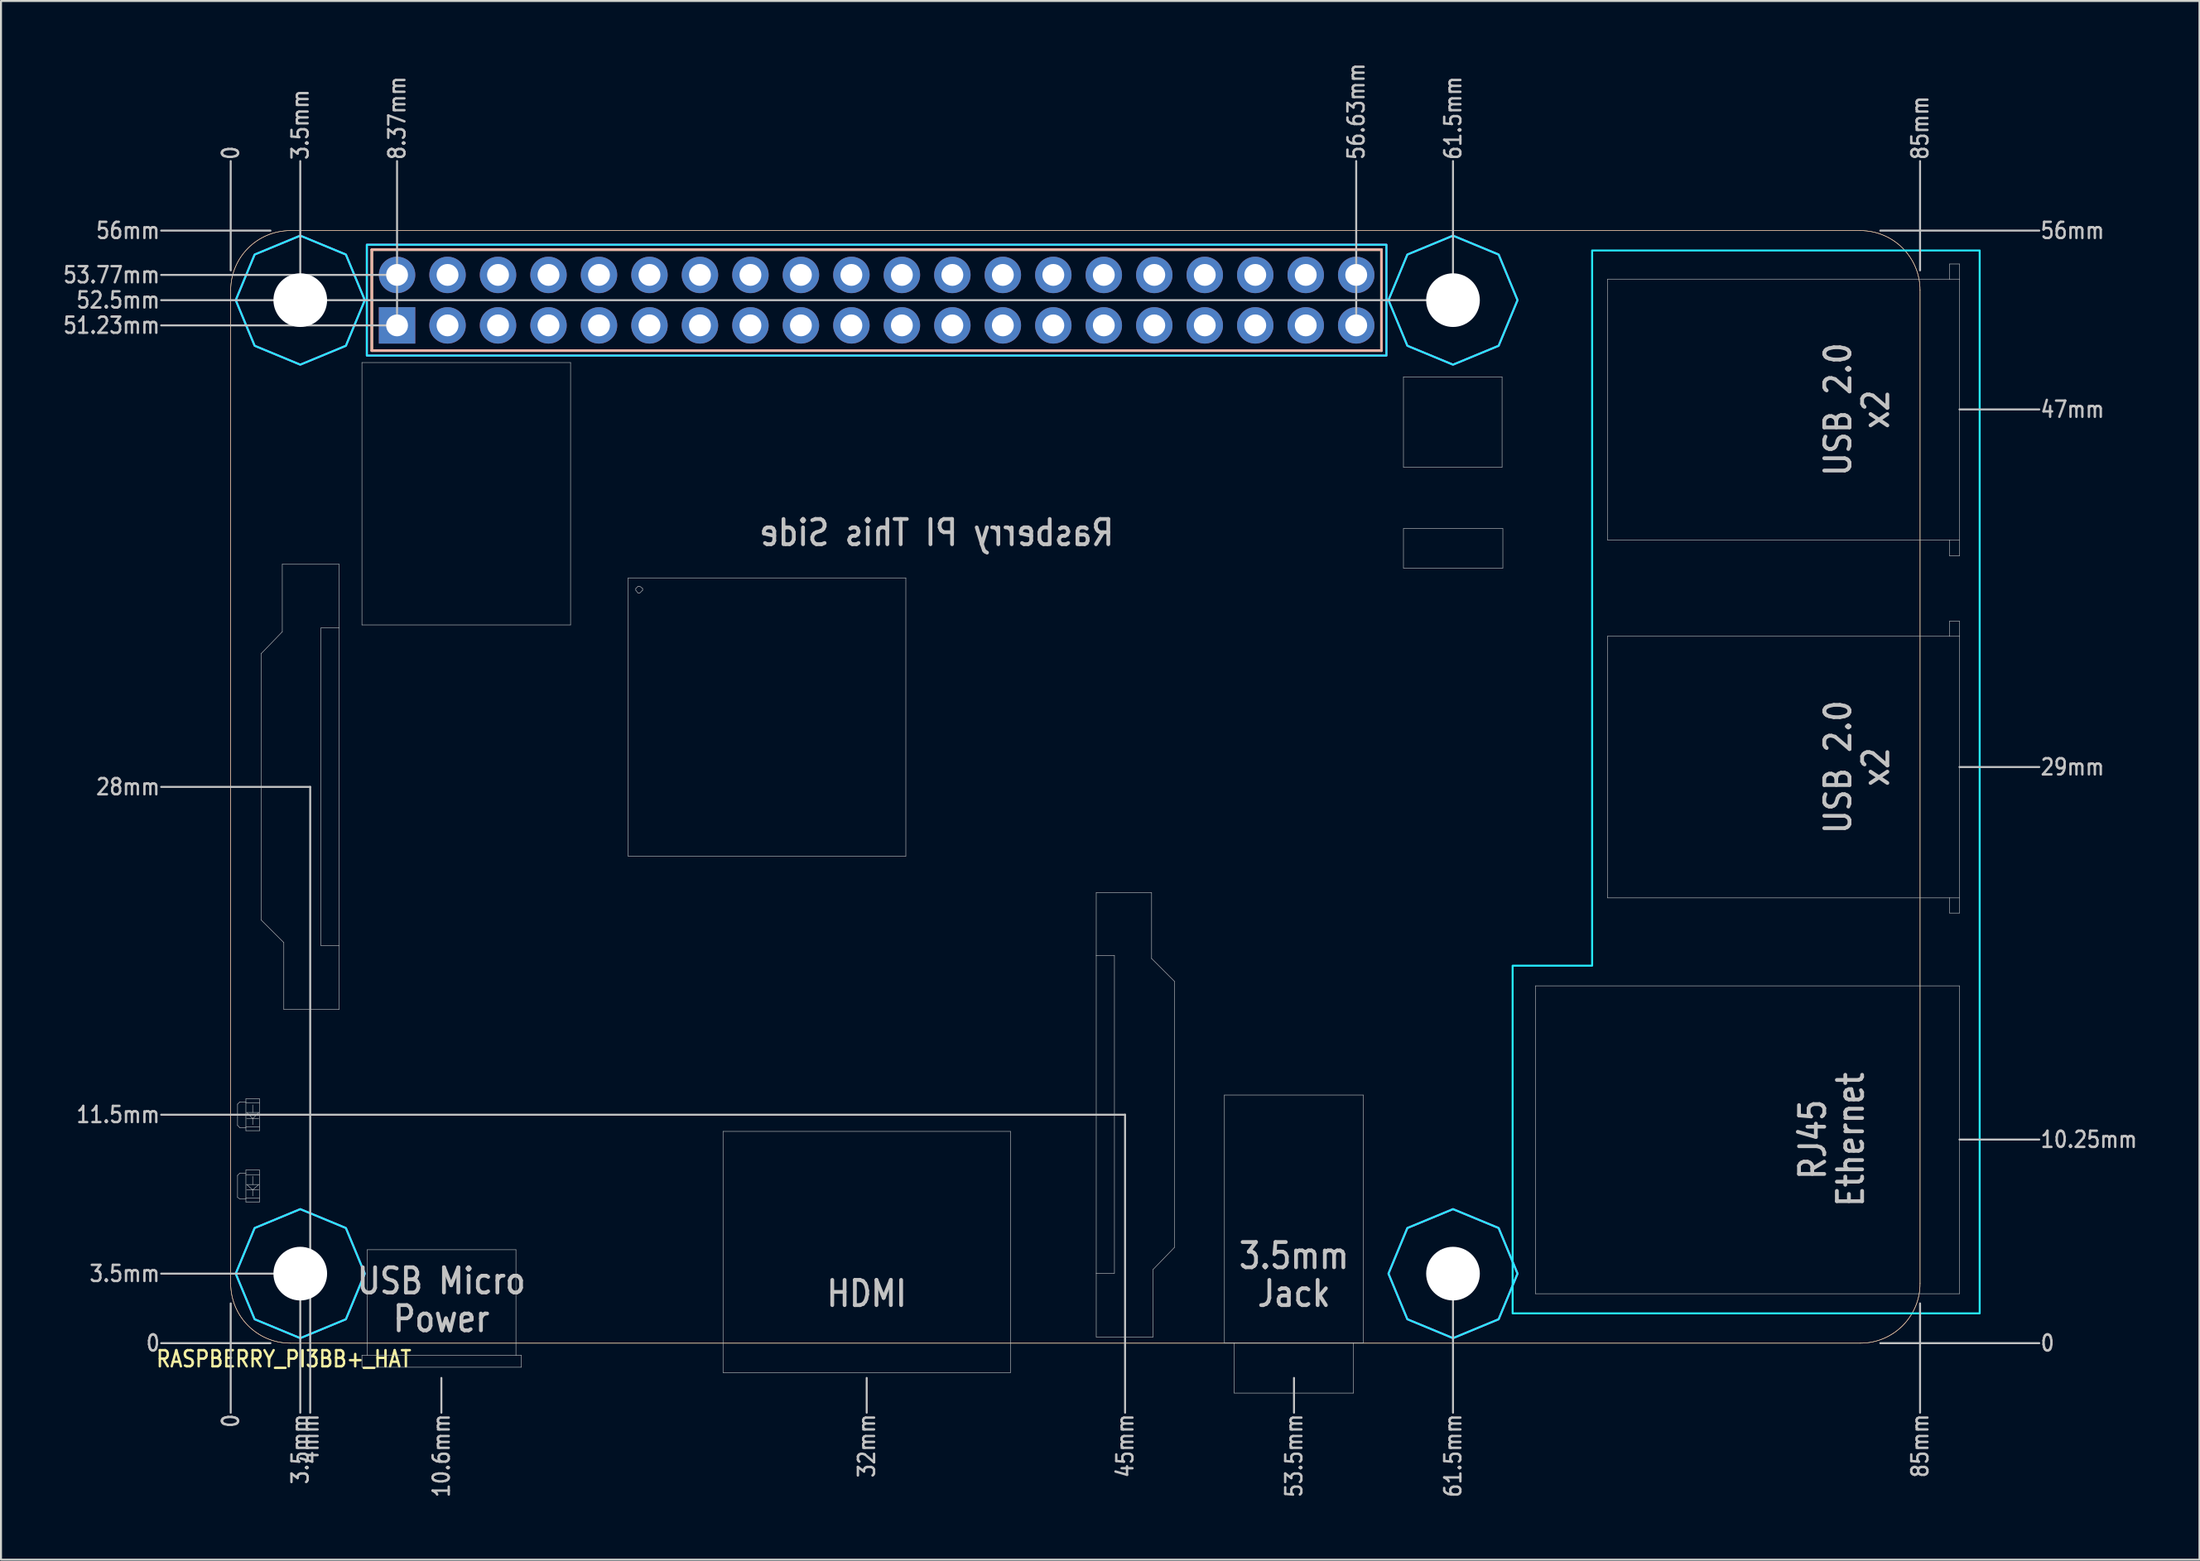
<source format=kicad_pcb>
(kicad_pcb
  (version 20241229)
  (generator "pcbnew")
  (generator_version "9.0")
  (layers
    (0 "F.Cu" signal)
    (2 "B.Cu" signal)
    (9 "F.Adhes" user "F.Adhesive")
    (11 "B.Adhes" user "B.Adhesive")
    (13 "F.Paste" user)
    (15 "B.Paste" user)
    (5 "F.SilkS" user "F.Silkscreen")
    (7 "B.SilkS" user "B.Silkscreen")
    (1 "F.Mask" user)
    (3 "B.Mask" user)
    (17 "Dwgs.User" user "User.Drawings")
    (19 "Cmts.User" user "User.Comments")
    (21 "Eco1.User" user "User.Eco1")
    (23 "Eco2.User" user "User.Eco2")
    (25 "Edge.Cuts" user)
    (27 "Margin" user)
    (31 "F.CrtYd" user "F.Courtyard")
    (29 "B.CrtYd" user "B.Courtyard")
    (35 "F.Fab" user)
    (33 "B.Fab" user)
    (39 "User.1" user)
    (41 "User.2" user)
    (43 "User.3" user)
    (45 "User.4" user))
  (footprint "RASPBERRY_PI3BB+_HAT"
    (layer "F.Cu")
    (at 8.558 64.558)
    (property "Reference" "RASPBERRY_PI3BB+_HAT" (at -3.81 1.27 0) (unlocked yes) (layer "F.SilkS") (effects (font (size 0.813 0.695) (thickness 0.122)) (justify left bottom)))
    (fp_circle (center 3.5 -52.5) (end 5.95 -52.5) (stroke (width 0) (type solid)) (fill yes) (layer "F.Mask"))
    (fp_circle (center 3.5 -52.5) (end 5.95 -52.5) (stroke (width 0) (type solid)) (fill yes) (layer "F.Mask"))
    (fp_circle (center 3.5 -3.5) (end 5.95 -3.5) (stroke (width 0) (type solid)) (fill yes) (layer "F.Mask"))
    (fp_circle (center 3.5 -3.5) (end 5.95 -3.5) (stroke (width 0) (type solid)) (fill yes) (layer "F.Mask"))
    (fp_circle (center 61.5 -52.5) (end 63.95 -52.5) (stroke (width 0) (type solid)) (fill yes) (layer "F.Mask"))
    (fp_circle (center 61.5 -52.5) (end 63.95 -52.5) (stroke (width 0) (type solid)) (fill yes) (layer "F.Mask"))
    (fp_circle (center 61.5 -3.5) (end 63.95 -3.5) (stroke (width 0) (type solid)) (fill yes) (layer "F.Mask"))
    (fp_circle (center 61.5 -3.5) (end 63.95 -3.5) (stroke (width 0) (type solid)) (fill yes) (layer "F.Mask"))
    (fp_circle (center 3.5 -52.5) (end 5.95 -52.5) (stroke (width 0) (type solid)) (fill yes) (layer "B.Mask"))
    (fp_circle (center 3.5 -3.5) (end 5.95 -3.5) (stroke (width 0) (type solid)) (fill yes) (layer "B.Mask"))
    (fp_circle (center 61.5 -52.5) (end 63.95 -52.5) (stroke (width 0) (type solid)) (fill yes) (layer "B.Mask"))
    (fp_circle (center 61.5 -3.5) (end 63.95 -3.5) (stroke (width 0) (type solid)) (fill yes) (layer "B.Mask"))
    (fp_line (start 0 -3) (end 0 -53) (stroke (width 0.025) (type solid)) (layer "F.SilkS"))
    (fp_line (start 3 -56) (end 82 -56) (stroke (width 0.025) (type solid)) (layer "F.SilkS"))
    (fp_line (start 7.1 -55.04) (end 7.1 -49.96) (stroke (width 0.127) (type solid)) (layer "F.SilkS"))
    (fp_line (start 7.1 -49.96) (end 57.9 -49.96) (stroke (width 0.127) (type solid)) (layer "F.SilkS"))
    (fp_line (start 57.9 -55.04) (end 7.1 -55.04) (stroke (width 0.127) (type solid)) (layer "F.SilkS"))
    (fp_line (start 57.9 -49.96) (end 57.9 -55.04) (stroke (width 0.127) (type solid)) (layer "F.SilkS"))
    (fp_line (start 82 0) (end 3 0) (stroke (width 0.025) (type solid)) (layer "F.SilkS"))
    (fp_line (start 85 -53) (end 85 -3) (stroke (width 0.025) (type solid)) (layer "F.SilkS"))
    (fp_arc (start 0 -53) (mid 0.87868 -55.12132) (end 3 -56) (stroke (width 0.025) (type solid)) (layer "F.SilkS"))
    (fp_arc (start 3 0) (mid 0.87868 -0.87868) (end 0 -3) (stroke (width 0.025) (type solid)) (layer "F.SilkS"))
    (fp_arc (start 82 -56) (mid 84.12132 -55.12132) (end 85 -53) (stroke (width 0.025) (type solid)) (layer "F.SilkS"))
    (fp_arc (start 85 -3) (mid 84.12132 -0.87868) (end 82 0) (stroke (width 0.025) (type solid)) (layer "F.SilkS"))
    (fp_line (start 0 -3) (end 0 -53) (stroke (width 0.025) (type solid)) (layer "B.SilkS"))
    (fp_line (start 3 -56) (end 82 -56) (stroke (width 0.025) (type solid)) (layer "B.SilkS"))
    (fp_line (start 7.1 -55.04) (end 7.1 -49.96) (stroke (width 0.127) (type solid)) (layer "B.SilkS"))
    (fp_line (start 7.1 -49.96) (end 57.9 -49.96) (stroke (width 0.127) (type solid)) (layer "B.SilkS"))
    (fp_line (start 57.9 -55.04) (end 7.1 -55.04) (stroke (width 0.127) (type solid)) (layer "B.SilkS"))
    (fp_line (start 57.9 -49.96) (end 57.9 -55.04) (stroke (width 0.127) (type solid)) (layer "B.SilkS"))
    (fp_line (start 82 0) (end 3 0) (stroke (width 0.025) (type solid)) (layer "B.SilkS"))
    (fp_line (start 85 -53) (end 85 -3) (stroke (width 0.025) (type solid)) (layer "B.SilkS"))
    (fp_arc (start 0 -53) (mid 0.87868 -55.12132) (end 3 -56) (stroke (width 0.025) (type solid)) (layer "B.SilkS"))
    (fp_arc (start 3 0) (mid 0.87868 -0.87868) (end 0 -3) (stroke (width 0.025) (type solid)) (layer "B.SilkS"))
    (fp_arc (start 82 -56) (mid 84.12132 -55.12132) (end 85 -53) (stroke (width 0.025) (type solid)) (layer "B.SilkS"))
    (fp_arc (start 85 -3) (mid 84.12132 -0.87868) (end 82 0) (stroke (width 0.025) (type solid)) (layer "B.SilkS"))
    (fp_line (start -3.5 -53.77) (end 8.75 -53.77) (stroke (width 0.1) (type solid)) (layer "Dwgs.User"))
    (fp_line (start -3.5 -51.23) (end 8.75 -51.23) (stroke (width 0.1) (type solid)) (layer "Dwgs.User"))
    (fp_line (start 0 -54) (end 0 -59.5) (stroke (width 0.1) (type solid)) (layer "Dwgs.User"))
    (fp_line (start 0 -2) (end 0 3.5) (stroke (width 0.1) (type solid)) (layer "Dwgs.User"))
    (fp_line (start 0.344 -12.03) (end 0.458 -12.146) (stroke (width 0.025) (type solid)) (layer "Dwgs.User"))
    (fp_line (start 0.344 -10.962) (end 0.344 -12.03) (stroke (width 0.025) (type solid)) (layer "Dwgs.User"))
    (fp_line (start 0.344 -8.444) (end 0.458 -8.558) (stroke (width 0.025) (type solid)) (layer "Dwgs.User"))
    (fp_line (start 0.344 -7.336) (end 0.344 -8.444) (stroke (width 0.025) (type solid)) (layer "Dwgs.User"))
    (fp_line (start 0.458 -12.146) (end 0.764 -12.146) (stroke (width 0.025) (type solid)) (layer "Dwgs.User"))
    (fp_line (start 0.458 -10.847) (end 0.344 -10.962) (stroke (width 0.025) (type solid)) (layer "Dwgs.User"))
    (fp_line (start 0.458 -8.558) (end 0.764 -8.558) (stroke (width 0.025) (type solid)) (layer "Dwgs.User"))
    (fp_line (start 0.458 -7.259) (end 0.344 -7.336) (stroke (width 0.025) (type solid)) (layer "Dwgs.User"))
    (fp_line (start 0.764 -12.299) (end 0.764 -10.695) (stroke (width 0.025) (type solid)) (layer "Dwgs.User"))
    (fp_line (start 0.764 -12.107) (end 1.451 -12.107) (stroke (width 0.025) (type solid)) (layer "Dwgs.User"))
    (fp_line (start 0.764 -10.886) (end 1.451 -10.886) (stroke (width 0.025) (type solid)) (layer "Dwgs.User"))
    (fp_line (start 0.764 -10.847) (end 0.458 -10.847) (stroke (width 0.025) (type solid)) (layer "Dwgs.User"))
    (fp_line (start 0.764 -10.695) (end 1.451 -10.695) (stroke (width 0.025) (type solid)) (layer "Dwgs.User"))
    (fp_line (start 0.764 -8.711) (end 0.764 -7.108) (stroke (width 0.025) (type solid)) (layer "Dwgs.User"))
    (fp_line (start 0.764 -8.482) (end 1.451 -8.482) (stroke (width 0.025) (type solid)) (layer "Dwgs.User"))
    (fp_line (start 0.764 -7.298) (end 1.451 -7.298) (stroke (width 0.025) (type solid)) (layer "Dwgs.User"))
    (fp_line (start 0.764 -7.259) (end 0.458 -7.259) (stroke (width 0.025) (type solid)) (layer "Dwgs.User"))
    (fp_line (start 0.764 -7.108) (end 1.451 -7.108) (stroke (width 0.025) (type solid)) (layer "Dwgs.User"))
    (fp_line (start 0.801 -11.612) (end 1.413 -11.612) (stroke (width 0.025) (type solid)) (layer "Dwgs.User"))
    (fp_line (start 0.801 -7.985) (end 1.413 -7.985) (stroke (width 0.025) (type solid)) (layer "Dwgs.User"))
    (fp_line (start 1.107 -11.993) (end 1.107 -11.612) (stroke (width 0.025) (type solid)) (layer "Dwgs.User"))
    (fp_line (start 1.107 -11.306) (end 0.801 -11.612) (stroke (width 0.025) (type solid)) (layer "Dwgs.User"))
    (fp_line (start 1.107 -11.306) (end 0.801 -11.306) (stroke (width 0.025) (type solid)) (layer "Dwgs.User"))
    (fp_line (start 1.107 -11) (end 1.107 -11.306) (stroke (width 0.025) (type solid)) (layer "Dwgs.User"))
    (fp_line (start 1.107 -8.405) (end 1.107 -7.985) (stroke (width 0.025) (type solid)) (layer "Dwgs.User"))
    (fp_line (start 1.107 -7.718) (end 0.801 -7.985) (stroke (width 0.025) (type solid)) (layer "Dwgs.User"))
    (fp_line (start 1.107 -7.718) (end 0.801 -7.718) (stroke (width 0.025) (type solid)) (layer "Dwgs.User"))
    (fp_line (start 1.107 -7.412) (end 1.107 -7.718) (stroke (width 0.025) (type solid)) (layer "Dwgs.User"))
    (fp_line (start 1.413 -11.612) (end 1.107 -11.306) (stroke (width 0.025) (type solid)) (layer "Dwgs.User"))
    (fp_line (start 1.413 -11.306) (end 1.107 -11.306) (stroke (width 0.025) (type solid)) (layer "Dwgs.User"))
    (fp_line (start 1.413 -7.985) (end 1.107 -7.718) (stroke (width 0.025) (type solid)) (layer "Dwgs.User"))
    (fp_line (start 1.413 -7.718) (end 1.107 -7.718) (stroke (width 0.025) (type solid)) (layer "Dwgs.User"))
    (fp_line (start 1.451 -12.299) (end 0.764 -12.299) (stroke (width 0.025) (type solid)) (layer "Dwgs.User"))
    (fp_line (start 1.451 -10.695) (end 1.451 -12.299) (stroke (width 0.025) (type solid)) (layer "Dwgs.User"))
    (fp_line (start 1.451 -8.711) (end 0.764 -8.711) (stroke (width 0.025) (type solid)) (layer "Dwgs.User"))
    (fp_line (start 1.451 -7.108) (end 1.451 -8.711) (stroke (width 0.025) (type solid)) (layer "Dwgs.User"))
    (fp_line (start 1.527 -34.702) (end 2.596 -35.809) (stroke (width 0.025) (type solid)) (layer "Dwgs.User"))
    (fp_line (start 1.527 -21.305) (end 1.527 -34.702) (stroke (width 0.025) (type solid)) (layer "Dwgs.User"))
    (fp_line (start 2 -56) (end -3.5 -56) (stroke (width 0.1) (type solid)) (layer "Dwgs.User"))
    (fp_line (start 2 0) (end -3.5 0) (stroke (width 0.1) (type solid)) (layer "Dwgs.User"))
    (fp_line (start 2.596 -39.206) (end 5.458 -39.206) (stroke (width 0.025) (type solid)) (layer "Dwgs.User"))
    (fp_line (start 2.596 -35.809) (end 2.596 -39.206) (stroke (width 0.025) (type solid)) (layer "Dwgs.User"))
    (fp_line (start 2.672 -20.161) (end 1.527 -21.305) (stroke (width 0.025) (type solid)) (layer "Dwgs.User"))
    (fp_line (start 2.672 -16.801) (end 2.672 -20.161) (stroke (width 0.025) (type solid)) (layer "Dwgs.User"))
    (fp_line (start 3.5 -59.5) (end 3.5 -52.5) (stroke (width 0.1) (type solid)) (layer "Dwgs.User"))
    (fp_line (start 3.5 -52.5) (end -3.5 -52.5) (stroke (width 0.1) (type solid)) (layer "Dwgs.User"))
    (fp_line (start 3.5 -3.5) (end -3.5 -3.5) (stroke (width 0.1) (type solid)) (layer "Dwgs.User"))
    (fp_line (start 3.5 -3.5) (end 3.5 3.5) (stroke (width 0.1) (type solid)) (layer "Dwgs.User"))
    (fp_line (start 4 -28) (end -3.5 -28) (stroke (width 0.1) (type solid)) (layer "Dwgs.User"))
    (fp_line (start 4 -28) (end 4 3.5) (stroke (width 0.1) (type solid)) (layer "Dwgs.User"))
    (fp_line (start 4.542 -36) (end 5.458 -36) (stroke (width 0.025) (type solid)) (layer "Dwgs.User"))
    (fp_line (start 4.542 -20.008) (end 4.542 -36) (stroke (width 0.025) (type solid)) (layer "Dwgs.User"))
    (fp_line (start 5.458 -39.206) (end 5.458 -36) (stroke (width 0.025) (type solid)) (layer "Dwgs.User"))
    (fp_line (start 5.458 -36) (end 5.458 -20.008) (stroke (width 0.025) (type solid)) (layer "Dwgs.User"))
    (fp_line (start 5.458 -20.008) (end 4.542 -20.008) (stroke (width 0.025) (type solid)) (layer "Dwgs.User"))
    (fp_line (start 5.458 -20.008) (end 5.458 -16.801) (stroke (width 0.025) (type solid)) (layer "Dwgs.User"))
    (fp_line (start 5.458 -16.801) (end 2.672 -16.801) (stroke (width 0.025) (type solid)) (layer "Dwgs.User"))
    (fp_line (start 6.603 -49.359) (end 17.1 -49.359) (stroke (width 0.025) (type solid)) (layer "Dwgs.User"))
    (fp_line (start 6.603 -36.153) (end 6.603 -49.359) (stroke (width 0.025) (type solid)) (layer "Dwgs.User"))
    (fp_line (start 6.603 0.603) (end 6.871 0.603) (stroke (width 0.025) (type solid)) (layer "Dwgs.User"))
    (fp_line (start 6.603 1.213) (end 6.603 0.603) (stroke (width 0.025) (type solid)) (layer "Dwgs.User"))
    (fp_line (start 6.871 -4.703) (end 14.352 -4.703) (stroke (width 0.025) (type solid)) (layer "Dwgs.User"))
    (fp_line (start 6.871 0.603) (end 6.871 -4.703) (stroke (width 0.025) (type solid)) (layer "Dwgs.User"))
    (fp_line (start 8.37 -51.23) (end 8.37 -59.5) (stroke (width 0.1) (type solid)) (layer "Dwgs.User"))
    (fp_line (start 10.6 1.75) (end 10.6 3.5) (stroke (width 0.1) (type solid)) (layer "Dwgs.User"))
    (fp_line (start 14.352 -4.703) (end 14.352 0.603) (stroke (width 0.025) (type solid)) (layer "Dwgs.User"))
    (fp_line (start 14.352 0.603) (end 6.871 0.603) (stroke (width 0.025) (type solid)) (layer "Dwgs.User"))
    (fp_line (start 14.618 0.603) (end 14.352 0.603) (stroke (width 0.025) (type solid)) (layer "Dwgs.User"))
    (fp_line (start 14.618 0.603) (end 14.618 1.213) (stroke (width 0.025) (type solid)) (layer "Dwgs.User"))
    (fp_line (start 14.618 1.213) (end 6.603 1.213) (stroke (width 0.025) (type solid)) (layer "Dwgs.User"))
    (fp_line (start 17.1 -49.359) (end 17.1 -36.153) (stroke (width 0.025) (type solid)) (layer "Dwgs.User"))
    (fp_line (start 17.1 -36.153) (end 6.603 -36.153) (stroke (width 0.025) (type solid)) (layer "Dwgs.User"))
    (fp_line (start 20.001 -38.519) (end 33.969 -38.519) (stroke (width 0.025) (type solid)) (layer "Dwgs.User"))
    (fp_line (start 20.001 -24.512) (end 20.001 -38.519) (stroke (width 0.025) (type solid)) (layer "Dwgs.User"))
    (fp_line (start 20.382 -37.985) (end 20.382 -37.899) (stroke (width 0.025) (type solid)) (layer "Dwgs.User"))
    (fp_line (start 20.382 -37.899) (end 20.496 -37.756) (stroke (width 0.025) (type solid)) (layer "Dwgs.User"))
    (fp_line (start 20.496 -38.099) (end 20.382 -37.985) (stroke (width 0.025) (type solid)) (layer "Dwgs.User"))
    (fp_line (start 20.496 -37.756) (end 20.582 -37.756) (stroke (width 0.025) (type solid)) (layer "Dwgs.User"))
    (fp_line (start 20.582 -38.099) (end 20.496 -38.099) (stroke (width 0.025) (type solid)) (layer "Dwgs.User"))
    (fp_line (start 20.582 -37.756) (end 20.725 -37.899) (stroke (width 0.025) (type solid)) (layer "Dwgs.User"))
    (fp_line (start 20.725 -37.985) (end 20.582 -38.099) (stroke (width 0.025) (type solid)) (layer "Dwgs.User"))
    (fp_line (start 20.725 -37.899) (end 20.725 -37.985) (stroke (width 0.025) (type solid)) (layer "Dwgs.User"))
    (fp_line (start 24.772 -10.658) (end 39.236 -10.658) (stroke (width 0.025) (type solid)) (layer "Dwgs.User"))
    (fp_line (start 24.772 1.48) (end 24.772 -10.658) (stroke (width 0.025) (type solid)) (layer "Dwgs.User"))
    (fp_line (start 32 1.75) (end 32 3.5) (stroke (width 0.1) (type solid)) (layer "Dwgs.User"))
    (fp_line (start 33.969 -38.519) (end 33.969 -24.512) (stroke (width 0.025) (type solid)) (layer "Dwgs.User"))
    (fp_line (start 33.969 -24.512) (end 20.001 -24.512) (stroke (width 0.025) (type solid)) (layer "Dwgs.User"))
    (fp_line (start 39.236 -10.658) (end 39.236 1.48) (stroke (width 0.025) (type solid)) (layer "Dwgs.User"))
    (fp_line (start 39.236 1.48) (end 24.772 1.48) (stroke (width 0.025) (type solid)) (layer "Dwgs.User"))
    (fp_line (start 43.55 -22.679) (end 46.335 -22.679) (stroke (width 0.025) (type solid)) (layer "Dwgs.User"))
    (fp_line (start 43.55 -19.513) (end 43.55 -22.679) (stroke (width 0.025) (type solid)) (layer "Dwgs.User"))
    (fp_line (start 43.55 -19.513) (end 44.465 -19.513) (stroke (width 0.025) (type solid)) (layer "Dwgs.User"))
    (fp_line (start 43.55 -3.52) (end 43.55 -19.513) (stroke (width 0.025) (type solid)) (layer "Dwgs.User"))
    (fp_line (start 43.55 -0.313) (end 43.55 -3.52) (stroke (width 0.025) (type solid)) (layer "Dwgs.User"))
    (fp_line (start 44.465 -19.513) (end 44.465 -3.52) (stroke (width 0.025) (type solid)) (layer "Dwgs.User"))
    (fp_line (start 44.465 -3.52) (end 43.55 -3.52) (stroke (width 0.025) (type solid)) (layer "Dwgs.User"))
    (fp_line (start 45 -11.5) (end -3.5 -11.5) (stroke (width 0.1) (type solid)) (layer "Dwgs.User"))
    (fp_line (start 45 -11.5) (end 45 3.5) (stroke (width 0.1) (type solid)) (layer "Dwgs.User"))
    (fp_line (start 46.335 -22.679) (end 46.335 -19.36) (stroke (width 0.025) (type solid)) (layer "Dwgs.User"))
    (fp_line (start 46.335 -19.36) (end 47.481 -18.214) (stroke (width 0.025) (type solid)) (layer "Dwgs.User"))
    (fp_line (start 46.412 -3.711) (end 46.412 -0.313) (stroke (width 0.025) (type solid)) (layer "Dwgs.User"))
    (fp_line (start 46.412 -0.313) (end 43.55 -0.313) (stroke (width 0.025) (type solid)) (layer "Dwgs.User"))
    (fp_line (start 47.481 -18.214) (end 47.481 -4.817) (stroke (width 0.025) (type solid)) (layer "Dwgs.User"))
    (fp_line (start 47.481 -4.817) (end 46.412 -3.711) (stroke (width 0.025) (type solid)) (layer "Dwgs.User"))
    (fp_line (start 49.999 -12.489) (end 56.984 -12.489) (stroke (width 0.025) (type solid)) (layer "Dwgs.User"))
    (fp_line (start 49.999 -0.009) (end 49.999 -12.489) (stroke (width 0.025) (type solid)) (layer "Dwgs.User"))
    (fp_line (start 50.496 -0.009) (end 49.999 -0.009) (stroke (width 0.025) (type solid)) (layer "Dwgs.User"))
    (fp_line (start 50.496 -0.009) (end 56.489 -0.009) (stroke (width 0.025) (type solid)) (layer "Dwgs.User"))
    (fp_line (start 50.496 2.511) (end 50.496 -0.009) (stroke (width 0.025) (type solid)) (layer "Dwgs.User"))
    (fp_line (start 53.5 1.75) (end 53.5 3.5) (stroke (width 0.1) (type solid)) (layer "Dwgs.User"))
    (fp_line (start 56.489 -0.009) (end 56.489 2.511) (stroke (width 0.025) (type solid)) (layer "Dwgs.User"))
    (fp_line (start 56.489 2.511) (end 50.496 2.511) (stroke (width 0.025) (type solid)) (layer "Dwgs.User"))
    (fp_line (start 56.63 -59.5) (end 56.63 -51.23) (stroke (width 0.1) (type solid)) (layer "Dwgs.User"))
    (fp_line (start 56.984 -12.489) (end 56.984 -0.009) (stroke (width 0.025) (type solid)) (layer "Dwgs.User"))
    (fp_line (start 56.984 -0.009) (end 56.489 -0.009) (stroke (width 0.025) (type solid)) (layer "Dwgs.User"))
    (fp_line (start 59.007 -48.634) (end 59.007 -44.091) (stroke (width 0.025) (type solid)) (layer "Dwgs.User"))
    (fp_line (start 59.007 -44.091) (end 63.969 -44.091) (stroke (width 0.025) (type solid)) (layer "Dwgs.User"))
    (fp_line (start 59.007 -41) (end 64.008 -41) (stroke (width 0.025) (type solid)) (layer "Dwgs.User"))
    (fp_line (start 59.007 -39.016) (end 59.007 -41) (stroke (width 0.025) (type solid)) (layer "Dwgs.User"))
    (fp_line (start 61.5 -52.5) (end 3.5 -52.5) (stroke (width 0.1) (type solid)) (layer "Dwgs.User"))
    (fp_line (start 61.5 -52.5) (end 61.5 -59.5) (stroke (width 0.1) (type solid)) (layer "Dwgs.User"))
    (fp_line (start 61.5 -3.5) (end 61.5 3.5) (stroke (width 0.1) (type solid)) (layer "Dwgs.User"))
    (fp_line (start 63.969 -48.634) (end 59.007 -48.634) (stroke (width 0.025) (type solid)) (layer "Dwgs.User"))
    (fp_line (start 63.969 -44.091) (end 63.969 -48.634) (stroke (width 0.025) (type solid)) (layer "Dwgs.User"))
    (fp_line (start 64.008 -41) (end 64.008 -39.016) (stroke (width 0.025) (type solid)) (layer "Dwgs.User"))
    (fp_line (start 64.008 -39.016) (end 59.007 -39.016) (stroke (width 0.025) (type solid)) (layer "Dwgs.User"))
    (fp_line (start 65.649 -17.986) (end 86.984 -17.986) (stroke (width 0.025) (type solid)) (layer "Dwgs.User"))
    (fp_line (start 65.649 -2.489) (end 65.649 -17.986) (stroke (width 0.025) (type solid)) (layer "Dwgs.User"))
    (fp_line (start 69.274 -53.558) (end 69.274 -40.427) (stroke (width 0.025) (type solid)) (layer "Dwgs.User"))
    (fp_line (start 69.274 -40.427) (end 86.488 -40.427) (stroke (width 0.025) (type solid)) (layer "Dwgs.User"))
    (fp_line (start 69.274 -35.581) (end 69.274 -22.412) (stroke (width 0.025) (type solid)) (layer "Dwgs.User"))
    (fp_line (start 69.274 -22.412) (end 86.488 -22.412) (stroke (width 0.025) (type solid)) (layer "Dwgs.User"))
    (fp_line (start 83 -56) (end 91 -56) (stroke (width 0.1) (type solid)) (layer "Dwgs.User"))
    (fp_line (start 83 0) (end 91 0) (stroke (width 0.1) (type solid)) (layer "Dwgs.User"))
    (fp_line (start 85 -54) (end 85 -59.5) (stroke (width 0.1) (type solid)) (layer "Dwgs.User"))
    (fp_line (start 85 -2) (end 85 3.5) (stroke (width 0.1) (type solid)) (layer "Dwgs.User"))
    (fp_line (start 86.488 -54.32) (end 86.984 -54.32) (stroke (width 0.025) (type solid)) (layer "Dwgs.User"))
    (fp_line (start 86.488 -53.558) (end 69.274 -53.558) (stroke (width 0.025) (type solid)) (layer "Dwgs.User"))
    (fp_line (start 86.488 -53.558) (end 86.488 -54.32) (stroke (width 0.025) (type solid)) (layer "Dwgs.User"))
    (fp_line (start 86.488 -40.427) (end 86.488 -39.626) (stroke (width 0.025) (type solid)) (layer "Dwgs.User"))
    (fp_line (start 86.488 -40.427) (end 86.984 -40.427) (stroke (width 0.025) (type solid)) (layer "Dwgs.User"))
    (fp_line (start 86.488 -39.626) (end 86.984 -39.626) (stroke (width 0.025) (type solid)) (layer "Dwgs.User"))
    (fp_line (start 86.488 -36.344) (end 86.984 -36.344) (stroke (width 0.025) (type solid)) (layer "Dwgs.User"))
    (fp_line (start 86.488 -35.581) (end 69.274 -35.581) (stroke (width 0.025) (type solid)) (layer "Dwgs.User"))
    (fp_line (start 86.488 -35.581) (end 86.488 -36.344) (stroke (width 0.025) (type solid)) (layer "Dwgs.User"))
    (fp_line (start 86.488 -22.412) (end 86.488 -21.649) (stroke (width 0.025) (type solid)) (layer "Dwgs.User"))
    (fp_line (start 86.488 -22.412) (end 86.984 -22.412) (stroke (width 0.025) (type solid)) (layer "Dwgs.User"))
    (fp_line (start 86.488 -21.649) (end 86.984 -21.649) (stroke (width 0.025) (type solid)) (layer "Dwgs.User"))
    (fp_line (start 86.984 -54.32) (end 86.984 -53.558) (stroke (width 0.025) (type solid)) (layer "Dwgs.User"))
    (fp_line (start 86.984 -53.558) (end 86.488 -53.558) (stroke (width 0.025) (type solid)) (layer "Dwgs.User"))
    (fp_line (start 86.984 -47) (end 91 -47) (stroke (width 0.1) (type solid)) (layer "Dwgs.User"))
    (fp_line (start 86.984 -39.626) (end 86.984 -53.558) (stroke (width 0.025) (type solid)) (layer "Dwgs.User"))
    (fp_line (start 86.984 -36.344) (end 86.984 -35.581) (stroke (width 0.025) (type solid)) (layer "Dwgs.User"))
    (fp_line (start 86.984 -35.581) (end 86.488 -35.581) (stroke (width 0.025) (type solid)) (layer "Dwgs.User"))
    (fp_line (start 86.984 -29) (end 91 -29) (stroke (width 0.1) (type solid)) (layer "Dwgs.User"))
    (fp_line (start 86.984 -21.649) (end 86.984 -35.581) (stroke (width 0.025) (type solid)) (layer "Dwgs.User"))
    (fp_line (start 86.984 -17.986) (end 86.984 -2.489) (stroke (width 0.025) (type solid)) (layer "Dwgs.User"))
    (fp_line (start 86.984 -10.25) (end 91 -10.25) (stroke (width 0.1) (type solid)) (layer "Dwgs.User"))
    (fp_line (start 86.984 -2.489) (end 65.649 -2.489) (stroke (width 0.025) (type solid)) (layer "Dwgs.User"))
    (fp_poly (pts (xy 6.85 -55.29) (xy 58.15 -55.29) (xy 58.15 -49.71) (xy 6.85 -49.71)) (stroke (width 0.1) (type solid)) (fill no) (layer "B.CrtYd"))
    (fp_poly (pts (xy 68.5 -55) (xy 88 -55) (xy 88 -1.5) (xy 64.5 -1.5) (xy 64.5 -19) (xy 68.5 -19)) (stroke (width 0.1) (type solid)) (fill no) (layer "B.CrtYd"))
    (fp_poly (pts (xy 6.747 -52.5) (xy 5.796 -54.796) (xy 3.5 -55.747) (xy 1.204 -54.796) (xy 0.253 -52.5) (xy 1.204 -50.204) (xy 3.5 -49.253) (xy 5.796 -50.204)) (stroke (width 0.1) (type solid)) (fill no) (layer "B.CrtYd"))
    (fp_poly (pts (xy 6.747 -3.5) (xy 5.796 -5.796) (xy 3.5 -6.747) (xy 1.204 -5.796) (xy 0.253 -3.5) (xy 1.204 -1.204) (xy 3.5 -0.253) (xy 5.796 -1.204)) (stroke (width 0.1) (type solid)) (fill no) (layer "B.CrtYd"))
    (fp_poly (pts (xy 64.747 -52.5) (xy 63.796 -54.796) (xy 61.5 -55.747) (xy 59.204 -54.796) (xy 58.253 -52.5) (xy 59.204 -50.204) (xy 61.5 -49.253) (xy 63.796 -50.204)) (stroke (width 0.1) (type solid)) (fill no) (layer "B.CrtYd"))
    (fp_poly (pts (xy 64.747 -3.5) (xy 63.796 -5.796) (xy 61.5 -6.747) (xy 59.204 -5.796) (xy 58.253 -3.5) (xy 59.204 -1.204) (xy 61.5 -0.253) (xy 63.796 -1.204)) (stroke (width 0.1) (type solid)) (fill no) (layer "B.CrtYd"))
    (fp_poly (pts (xy 6.85 -55.29) (xy 58.15 -55.29) (xy 58.15 -49.71) (xy 6.85 -49.71)) (stroke (width 0.1) (type solid)) (fill no) (layer "F.CrtYd"))
    (fp_poly (pts (xy 6.747 -52.5) (xy 5.796 -54.796) (xy 3.5 -55.747) (xy 1.204 -54.796) (xy 0.253 -52.5) (xy 1.204 -50.204) (xy 3.5 -49.253) (xy 5.796 -50.204)) (stroke (width 0.1) (type solid)) (fill no) (layer "F.CrtYd"))
    (fp_poly (pts (xy 6.747 -3.5) (xy 5.796 -5.796) (xy 3.5 -6.747) (xy 1.204 -5.796) (xy 0.253 -3.5) (xy 1.204 -1.204) (xy 3.5 -0.253) (xy 5.796 -1.204)) (stroke (width 0.1) (type solid)) (fill no) (layer "F.CrtYd"))
    (fp_poly (pts (xy 64.747 -52.5) (xy 63.796 -54.796) (xy 61.5 -55.747) (xy 59.204 -54.796) (xy 58.253 -52.5) (xy 59.204 -50.204) (xy 61.5 -49.253) (xy 63.796 -50.204)) (stroke (width 0.1) (type solid)) (fill no) (layer "F.CrtYd"))
    (fp_poly (pts (xy 64.747 -3.5) (xy 63.796 -5.796) (xy 61.5 -6.747) (xy 59.204 -5.796) (xy 58.253 -3.5) (xy 59.204 -1.204) (xy 61.5 -0.253) (xy 63.796 -1.204)) (stroke (width 0.1) (type solid)) (fill no) (layer "F.CrtYd"))
    (fp_text user "3.5mm" (at 53.5 -3.655 0) (unlocked yes) (layer "Dwgs.User") (effects (font (size 1.27 1.086) (thickness 0.191)) (justify bottom)))
    (fp_text user "RJ45" (at 80.345 -10.25 90) (unlocked yes) (layer "Dwgs.User") (effects (font (size 1.27 1.086) (thickness 0.191)) (justify bottom)))
    (fp_text user "56.63mm" (at 56.63 -59.5 90) (unlocked yes) (layer "Dwgs.User") (effects (font (size 0.813 0.695) (thickness 0.122)) (justify left)))
    (fp_text user "3.5mm" (at 3.5 3.5 90) (unlocked yes) (layer "Dwgs.User") (effects (font (size 0.813 0.695) (thickness 0.122)) (justify right)))
    (fp_text user "52.5mm" (at -3.5 -52.5 0) (unlocked yes) (layer "Dwgs.User") (effects (font (size 0.813 0.695) (thickness 0.122)) (justify right)))
    (fp_text user "45mm" (at 45 3.5 90) (unlocked yes) (layer "Dwgs.User") (effects (font (size 0.813 0.695) (thickness 0.122)) (justify right)))
    (fp_text user "4mm" (at 4 3.5 90) (unlocked yes) (layer "Dwgs.User") (effects (font (size 0.813 0.695) (thickness 0.122)) (justify right)))
    (fp_text user "0" (at -3.5 0 0) (unlocked yes) (layer "Dwgs.User") (effects (font (size 0.813 0.695) (thickness 0.122)) (justify right)))
    (fp_text user "29mm" (at 91 -29 0) (unlocked yes) (layer "Dwgs.User") (effects (font (size 0.813 0.695) (thickness 0.122)) (justify left)))
    (fp_text user "USB 2.0" (at 81.615 -47 90) (unlocked yes) (layer "Dwgs.User") (effects (font (size 1.27 1.086) (thickness 0.191)) (justify bottom)))
    (fp_text user "USB 2.0" (at 81.615 -29 90) (unlocked yes) (layer "Dwgs.User") (effects (font (size 1.27 1.086) (thickness 0.191)) (justify bottom)))
    (fp_text user "85mm" (at 85 3.5 90) (unlocked yes) (layer "Dwgs.User") (effects (font (size 0.813 0.695) (thickness 0.122)) (justify right)))
    (fp_text user "x2" (at 83.52 -47 90) (unlocked yes) (layer "Dwgs.User") (effects (font (size 1.27 1.086) (thickness 0.191)) (justify bottom)))
    (fp_text user "0" (at 0 3.5 90) (unlocked yes) (layer "Dwgs.User") (effects (font (size 0.813 0.695) (thickness 0.122)) (justify right)))
    (fp_text user "85mm" (at 85 -59.5 90) (unlocked yes) (layer "Dwgs.User") (effects (font (size 0.813 0.695) (thickness 0.122)) (justify left)))
    (fp_text user "11.5mm" (at -3.5 -11.5 0) (unlocked yes) (layer "Dwgs.User") (effects (font (size 0.813 0.695) (thickness 0.122)) (justify right)))
    (fp_text user "x2" (at 83.52 -29 90) (unlocked yes) (layer "Dwgs.User") (effects (font (size 1.27 1.086) (thickness 0.191)) (justify bottom)))
    (fp_text user "0" (at 91 0 0) (unlocked yes) (layer "Dwgs.User") (effects (font (size 0.813 0.695) (thickness 0.122)) (justify left)))
    (fp_text user "10.25mm" (at 91 -10.25 0) (unlocked yes) (layer "Dwgs.User") (effects (font (size 0.813 0.695) (thickness 0.122)) (justify left)))
    (fp_text user "61.5mm" (at 61.5 -59.5 90) (unlocked yes) (layer "Dwgs.User") (effects (font (size 0.813 0.695) (thickness 0.122)) (justify left)))
    (fp_text user "8.37mm" (at 8.37 -59.5 90) (unlocked yes) (layer "Dwgs.User") (effects (font (size 0.813 0.695) (thickness 0.122)) (justify left)))
    (fp_text user "61.5mm" (at 61.5 3.5 90) (unlocked yes) (layer "Dwgs.User") (effects (font (size 0.813 0.695) (thickness 0.122)) (justify right)))
    (fp_text user "56mm" (at -3.5 -56 0) (unlocked yes) (layer "Dwgs.User") (effects (font (size 0.813 0.695) (thickness 0.122)) (justify right)))
    (fp_text user "32mm" (at 32 3.5 90) (unlocked yes) (layer "Dwgs.User") (effects (font (size 0.813 0.695) (thickness 0.122)) (justify right)))
    (fp_text user "53.5mm" (at 53.5 3.5 90) (unlocked yes) (layer "Dwgs.User") (effects (font (size 0.813 0.695) (thickness 0.122)) (justify right)))
    (fp_text user "28mm" (at -3.5 -28 0) (unlocked yes) (layer "Dwgs.User") (effects (font (size 0.813 0.695) (thickness 0.122)) (justify right)))
    (fp_text user "3.5mm" (at 3.5 -59.5 90) (unlocked yes) (layer "Dwgs.User") (effects (font (size 0.813 0.695) (thickness 0.122)) (justify left)))
    (fp_text user "Rasberry PI This Side" (at 44.54 -40.05 0) (unlocked yes) (layer "Dwgs.User") (effects (font (size 1.27 1.086) (thickness 0.191)) (justify left bottom mirror)))
    (fp_text user "USB Micro" (at 10.6 -2.385 0) (unlocked yes) (layer "Dwgs.User") (effects (font (size 1.27 1.086) (thickness 0.191)) (justify bottom)))
    (fp_text user "0" (at 0 -59.5 90) (unlocked yes) (layer "Dwgs.User") (effects (font (size 0.813 0.695) (thickness 0.122)) (justify left)))
    (fp_text user "3.5mm" (at -3.5 -3.5 0) (unlocked yes) (layer "Dwgs.User") (effects (font (size 0.813 0.695) (thickness 0.122)) (justify right)))
    (fp_text user "Jack" (at 53.5 -1.75 0) (unlocked yes) (layer "Dwgs.User") (effects (font (size 1.27 1.086) (thickness 0.191)) (justify bottom)))
    (fp_text user "47mm" (at 91 -47 0) (unlocked yes) (layer "Dwgs.User") (effects (font (size 0.813 0.695) (thickness 0.122)) (justify left)))
    (fp_text user "10.6mm" (at 10.6 3.5 90) (unlocked yes) (layer "Dwgs.User") (effects (font (size 0.813 0.695) (thickness 0.122)) (justify right)))
    (fp_text user "Power" (at 10.6 -0.48 0) (unlocked yes) (layer "Dwgs.User") (effects (font (size 1.27 1.086) (thickness 0.191)) (justify bottom)))
    (fp_text user "53.77mm" (at -3.5 -53.77 0) (unlocked yes) (layer "Dwgs.User") (effects (font (size 0.813 0.695) (thickness 0.122)) (justify right)))
    (fp_text user "56mm" (at 91 -56 0) (unlocked yes) (layer "Dwgs.User") (effects (font (size 0.813 0.695) (thickness 0.122)) (justify left)))
    (fp_text user "HDMI" (at 32 -1.75 0) (unlocked yes) (layer "Dwgs.User") (effects (font (size 1.27 1.086) (thickness 0.191)) (justify bottom)))
    (fp_text user "Ethernet" (at 82.25 -10.25 90) (unlocked yes) (layer "Dwgs.User") (effects (font (size 1.27 1.086) (thickness 0.191)) (justify bottom)))
    (fp_text user "51.23mm" (at -3.5 -51.23 0) (unlocked yes) (layer "Dwgs.User") (effects (font (size 0.813 0.695) (thickness 0.122)) (justify right)))
    (pad "" np_thru_hole circle (at 3.5 -52.5) (size 2.7 2.7) (drill 2.7) (layers "*.Cu" "*.Mask"))
    (pad "" np_thru_hole circle (at 3.5 -3.5) (size 2.7 2.7) (drill 2.7) (layers "*.Cu" "*.Mask"))
    (pad "" np_thru_hole circle (at 61.5 -52.5) (size 2.7 2.7) (drill 2.7) (layers "*.Cu" "*.Mask"))
    (pad "" np_thru_hole circle (at 61.5 -3.5) (size 2.7 2.7) (drill 2.7) (layers "*.Cu" "*.Mask"))
    (pad "P$1" thru_hole rect (at 8.37 -51.23) (size 1.833 1.833) (drill 1.1) (layers "*.Cu" "*.Mask"))
    (pad "P$2" thru_hole oval (at 8.37 -53.77) (size 1.833 1.833) (drill 1.1) (layers "*.Cu" "*.Mask"))
    (pad "P$3" thru_hole oval (at 10.91 -51.23) (size 1.833 1.833) (drill 1.1) (layers "*.Cu" "*.Mask"))
    (pad "P$4" thru_hole oval (at 10.91 -53.77) (size 1.833 1.833) (drill 1.1) (layers "*.Cu" "*.Mask"))
    (pad "P$5" thru_hole oval (at 13.45 -51.23) (size 1.833 1.833) (drill 1.1) (layers "*.Cu" "*.Mask"))
    (pad "P$6" thru_hole oval (at 13.45 -53.77) (size 1.833 1.833) (drill 1.1) (layers "*.Cu" "*.Mask"))
    (pad "P$7" thru_hole oval (at 15.99 -51.23) (size 1.833 1.833) (drill 1.1) (layers "*.Cu" "*.Mask"))
    (pad "P$8" thru_hole oval (at 15.99 -53.77) (size 1.833 1.833) (drill 1.1) (layers "*.Cu" "*.Mask"))
    (pad "P$9" thru_hole oval (at 18.53 -51.23) (size 1.833 1.833) (drill 1.1) (layers "*.Cu" "*.Mask"))
    (pad "P$10" thru_hole oval (at 18.53 -53.77) (size 1.833 1.833) (drill 1.1) (layers "*.Cu" "*.Mask"))
    (pad "P$11" thru_hole oval (at 21.07 -51.23) (size 1.833 1.833) (drill 1.1) (layers "*.Cu" "*.Mask"))
    (pad "P$12" thru_hole oval (at 21.07 -53.77) (size 1.833 1.833) (drill 1.1) (layers "*.Cu" "*.Mask"))
    (pad "P$13" thru_hole oval (at 23.61 -51.23) (size 1.833 1.833) (drill 1.1) (layers "*.Cu" "*.Mask"))
    (pad "P$14" thru_hole oval (at 23.61 -53.77) (size 1.833 1.833) (drill 1.1) (layers "*.Cu" "*.Mask"))
    (pad "P$15" thru_hole oval (at 26.15 -51.23) (size 1.833 1.833) (drill 1.1) (layers "*.Cu" "*.Mask"))
    (pad "P$16" thru_hole oval (at 26.15 -53.77) (size 1.833 1.833) (drill 1.1) (layers "*.Cu" "*.Mask"))
    (pad "P$17" thru_hole oval (at 28.69 -51.23) (size 1.833 1.833) (drill 1.1) (layers "*.Cu" "*.Mask"))
    (pad "P$18" thru_hole oval (at 28.69 -53.77) (size 1.833 1.833) (drill 1.1) (layers "*.Cu" "*.Mask"))
    (pad "P$19" thru_hole oval (at 31.23 -51.23) (size 1.833 1.833) (drill 1.1) (layers "*.Cu" "*.Mask"))
    (pad "P$20" thru_hole oval (at 31.23 -53.77) (size 1.833 1.833) (drill 1.1) (layers "*.Cu" "*.Mask"))
    (pad "P$21" thru_hole oval (at 33.77 -51.23) (size 1.833 1.833) (drill 1.1) (layers "*.Cu" "*.Mask"))
    (pad "P$22" thru_hole oval (at 33.77 -53.77) (size 1.833 1.833) (drill 1.1) (layers "*.Cu" "*.Mask"))
    (pad "P$23" thru_hole oval (at 36.31 -51.23) (size 1.833 1.833) (drill 1.1) (layers "*.Cu" "*.Mask"))
    (pad "P$24" thru_hole oval (at 36.31 -53.77) (size 1.833 1.833) (drill 1.1) (layers "*.Cu" "*.Mask"))
    (pad "P$25" thru_hole oval (at 38.85 -51.23) (size 1.833 1.833) (drill 1.1) (layers "*.Cu" "*.Mask"))
    (pad "P$26" thru_hole oval (at 38.85 -53.77) (size 1.833 1.833) (drill 1.1) (layers "*.Cu" "*.Mask"))
    (pad "P$27" thru_hole oval (at 41.39 -51.23) (size 1.833 1.833) (drill 1.1) (layers "*.Cu" "*.Mask"))
    (pad "P$28" thru_hole oval (at 41.39 -53.77) (size 1.833 1.833) (drill 1.1) (layers "*.Cu" "*.Mask"))
    (pad "P$29" thru_hole oval (at 43.93 -51.23) (size 1.833 1.833) (drill 1.1) (layers "*.Cu" "*.Mask"))
    (pad "P$30" thru_hole oval (at 43.93 -53.77) (size 1.833 1.833) (drill 1.1) (layers "*.Cu" "*.Mask"))
    (pad "P$31" thru_hole oval (at 46.47 -51.23) (size 1.833 1.833) (drill 1.1) (layers "*.Cu" "*.Mask"))
    (pad "P$32" thru_hole oval (at 46.47 -53.77) (size 1.833 1.833) (drill 1.1) (layers "*.Cu" "*.Mask"))
    (pad "P$33" thru_hole oval (at 49.01 -51.23) (size 1.833 1.833) (drill 1.1) (layers "*.Cu" "*.Mask"))
    (pad "P$34" thru_hole oval (at 49.01 -53.77) (size 1.833 1.833) (drill 1.1) (layers "*.Cu" "*.Mask"))
    (pad "P$35" thru_hole oval (at 51.55 -51.23) (size 1.833 1.833) (drill 1.1) (layers "*.Cu" "*.Mask"))
    (pad "P$36" thru_hole oval (at 51.55 -53.77) (size 1.833 1.833) (drill 1.1) (layers "*.Cu" "*.Mask"))
    (pad "P$37" thru_hole oval (at 54.09 -51.23) (size 1.833 1.833) (drill 1.1) (layers "*.Cu" "*.Mask"))
    (pad "P$38" thru_hole oval (at 54.09 -53.77) (size 1.833 1.833) (drill 1.1) (layers "*.Cu" "*.Mask"))
    (pad "P$39" thru_hole oval (at 56.63 -51.23) (size 1.833 1.833) (drill 1.1) (layers "*.Cu" "*.Mask"))
    (pad "P$40" thru_hole oval (at 56.63 -53.77) (size 1.833 1.833) (drill 1.1) (layers "*.Cu" "*.Mask")))
  (gr_rect
    (start -3 -3)
    (end 107.617 75.455)
    (stroke (width 0.1) (type default))
    (fill no)
    (layer "Edge.Cuts")))
</source>
